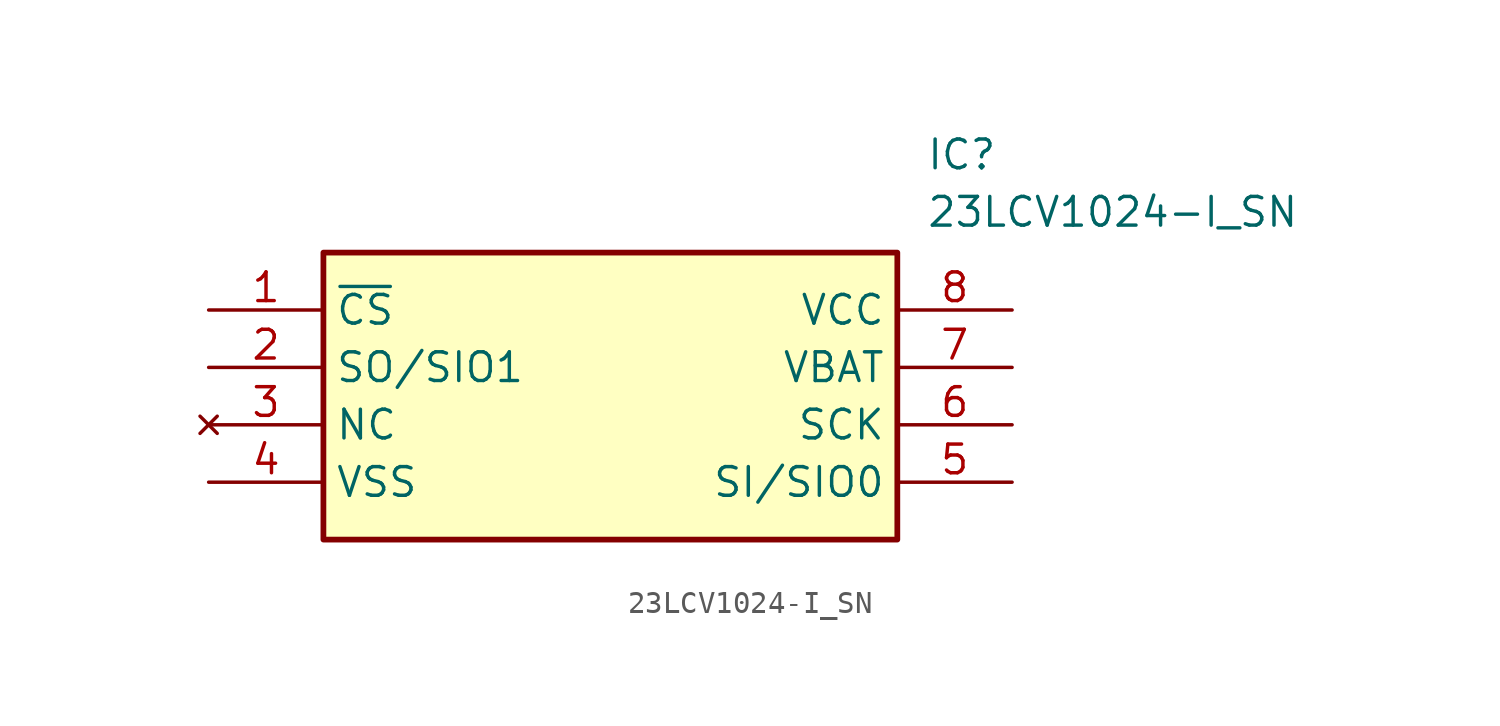
<source format=kicad_sym>
(kicad_symbol_lib
  (version 20220914)
  (generator kicad_symbol_editor)
  (symbol "23LCV1024-I_SN"
    (property "Reference" "IC"
      (at 31.75 7.62 0)
      (effects (font (size 1.27 1.27)) (justify left top)))
    (property "Value" "23LCV1024-I_SN"
      (at 31.75 5.08 0)
      (effects (font (size 1.27 1.27)) (justify left top)))
    (symbol "23LCV1024-I_SN_1_1"
      (rectangle (start 5.08 2.54) (end 30.48 -10.16) (stroke (width 0.254) (type default)) (fill (type background)))
      (pin input line (at 0 0 0) (length 5.08) (name "~{CS}" (effects (font (size 1.27 1.27)))) (number "1" (effects (font (size 1.27 1.27)))))
      (pin bidirectional line (at 0 -2.54 0) (length 5.08) (name "SO/SIO1" (effects (font (size 1.27 1.27)))) (number "2" (effects (font (size 1.27 1.27)))))
      (pin no_connect line (at 0 -5.08 0) (length 5.08) (name "NC" (effects (font (size 1.27 1.27)))) (number "3" (effects (font (size 1.27 1.27)))))
      (pin power_in line (at 0 -7.62 0) (length 5.08) (name "VSS" (effects (font (size 1.27 1.27)))) (number "4" (effects (font (size 1.27 1.27)))))
      (pin bidirectional line (at 35.56 -7.62 180) (length 5.08) (name "SI/SIO0" (effects (font (size 1.27 1.27)))) (number "5" (effects (font (size 1.27 1.27)))))
      (pin input line (at 35.56 -5.08 180) (length 5.08) (name "SCK" (effects (font (size 1.27 1.27)))) (number "6" (effects (font (size 1.27 1.27)))))
      (pin input line (at 35.56 -2.54 180) (length 5.08) (name "VBAT" (effects (font (size 1.27 1.27)))) (number "7" (effects (font (size 1.27 1.27)))))
      (pin power_in line (at 35.56 0 180) (length 5.08) (name "VCC" (effects (font (size 1.27 1.27)))) (number "8" (effects (font (size 1.27 1.27))))))))
</source>
